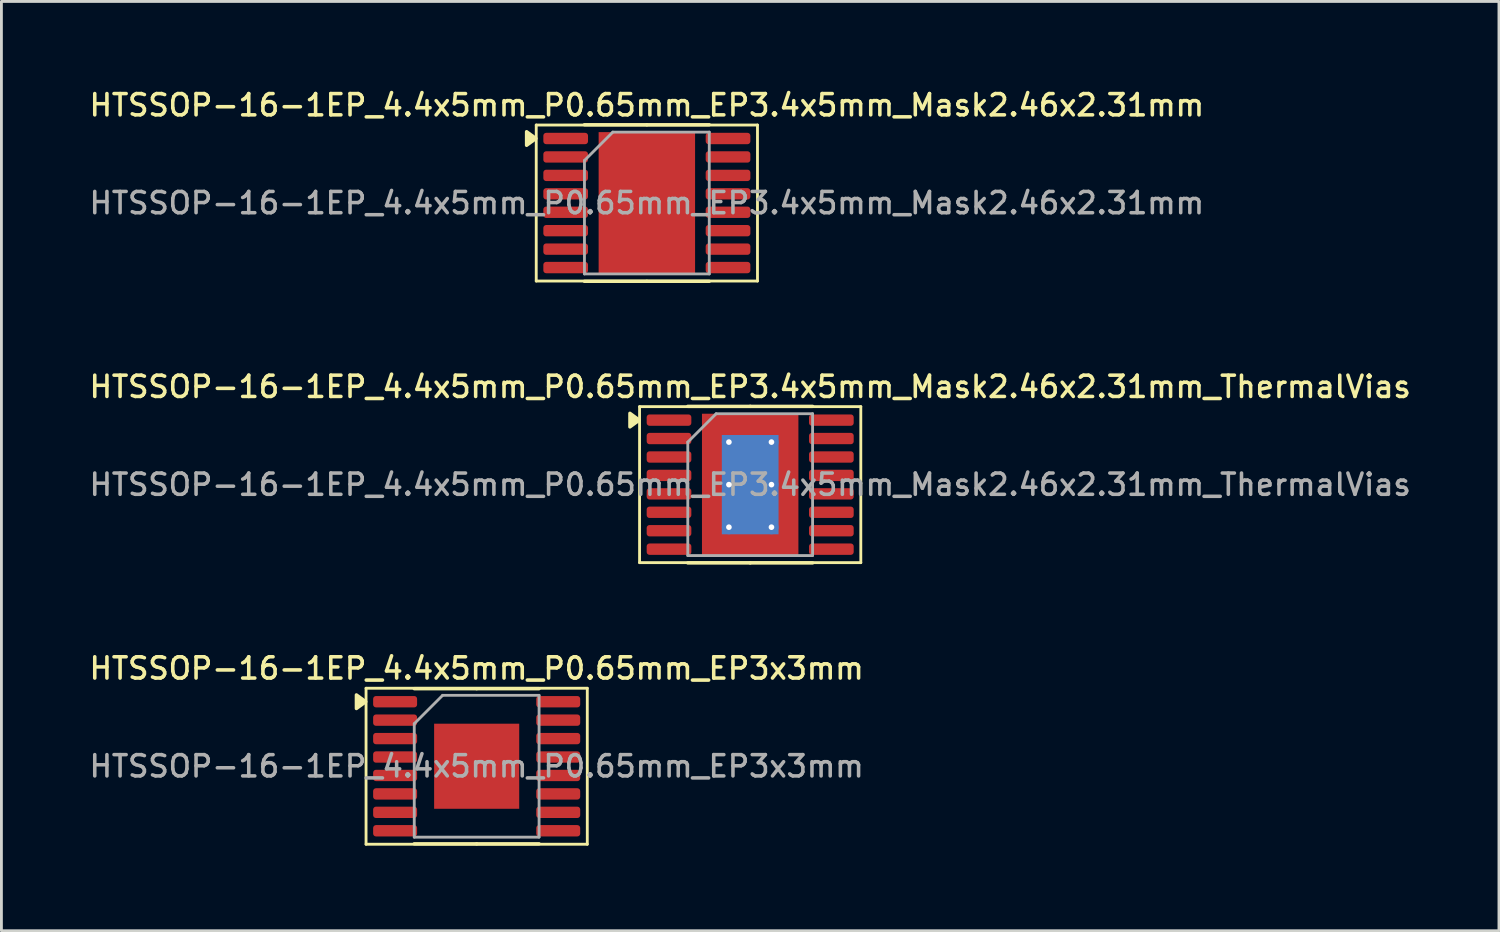
<source format=kicad_pcb>
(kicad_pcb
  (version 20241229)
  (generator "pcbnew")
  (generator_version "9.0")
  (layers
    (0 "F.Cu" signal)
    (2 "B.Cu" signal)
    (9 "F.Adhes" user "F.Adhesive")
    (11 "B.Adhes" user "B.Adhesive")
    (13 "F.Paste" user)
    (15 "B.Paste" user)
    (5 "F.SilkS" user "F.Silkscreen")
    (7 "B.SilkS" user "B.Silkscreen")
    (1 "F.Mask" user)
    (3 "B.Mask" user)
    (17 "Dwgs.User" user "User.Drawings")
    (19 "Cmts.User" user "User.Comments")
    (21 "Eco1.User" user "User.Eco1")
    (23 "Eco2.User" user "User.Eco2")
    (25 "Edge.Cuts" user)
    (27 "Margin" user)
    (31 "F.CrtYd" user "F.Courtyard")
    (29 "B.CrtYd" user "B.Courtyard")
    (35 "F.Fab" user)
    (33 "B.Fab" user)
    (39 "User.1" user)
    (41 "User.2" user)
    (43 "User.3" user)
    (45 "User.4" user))
  (footprint "HTSSOP-16-1EP_4.4x5mm_P0.65mm_EP3.4x5mm_Mask2.46x2.31mm_ThermalVias"
    (layer "F.Cu")
    (at 23.398 14.036)
    (property "Reference" "HTSSOP-16-1EP_4.4x5mm_P0.65mm_EP3.4x5mm_Mask2.46x2.31mm_ThermalVias" (at 0 -3.45 0) (layer "F.SilkS") (effects (font (size 0.75 0.75) (thickness 0.125))))
    (attr smd)
    (fp_line (start -3.9 -2.75) (end -3.9 2.75) (stroke (width 0.1) (type solid)) (layer "F.SilkS"))
    (fp_line (start -3.9 2.75) (end 3.9 2.75) (stroke (width 0.1) (type solid)) (layer "F.SilkS"))
    (fp_line (start 0 -2.76) (end -2.2 -2.76) (stroke (width 0.12) (type solid)) (layer "F.SilkS"))
    (fp_line (start 0 -2.76) (end 2.2 -2.76) (stroke (width 0.12) (type solid)) (layer "F.SilkS"))
    (fp_line (start 0 2.76) (end -2.2 2.76) (stroke (width 0.12) (type solid)) (layer "F.SilkS"))
    (fp_line (start 0 2.76) (end 2.2 2.76) (stroke (width 0.12) (type solid)) (layer "F.SilkS"))
    (fp_line (start 3.9 -2.75) (end -3.9 -2.75) (stroke (width 0.1) (type solid)) (layer "F.SilkS"))
    (fp_line (start 3.9 2.75) (end 3.9 -2.75) (stroke (width 0.1) (type solid)) (layer "F.SilkS"))
    (fp_poly (pts (xy -3.91 -2.275) (xy -4.24 -2.515) (xy -4.24 -2.035) (xy -3.91 -2.275)) (stroke (width 0.12) (type solid)) (fill yes) (layer "F.SilkS"))
    (fp_line (start -2.2 -1.5) (end -1.2 -2.5) (stroke (width 0.1) (type solid)) (layer "F.Fab"))
    (fp_line (start -2.2 2.5) (end -2.2 -1.5) (stroke (width 0.1) (type solid)) (layer "F.Fab"))
    (fp_line (start -1.2 -2.5) (end 2.2 -2.5) (stroke (width 0.1) (type solid)) (layer "F.Fab"))
    (fp_line (start 2.2 -2.5) (end 2.2 2.5) (stroke (width 0.1) (type solid)) (layer "F.Fab"))
    (fp_line (start 2.2 2.5) (end -2.2 2.5) (stroke (width 0.1) (type solid)) (layer "F.Fab"))
    (fp_text user "${REFERENCE}" (at 0 0 0) (layer "F.Fab") (effects (font (size 0.75 0.75) (thickness 0.125))))
    (pad "" smd roundrect (at 0 -0.58) (size 1.98 0.93) (layers "F.Paste") (roundrect_rratio 0.25))
    (pad "" smd rect (at 0 0) (size 2.46 2.31) (layers "F.Mask"))
    (pad "" smd roundrect (at 0 0.58) (size 1.98 0.93) (layers "F.Paste") (roundrect_rratio 0.25))
    (pad "1" smd roundrect (at -2.862 -2.275) (size 1.575 0.4) (layers "F.Cu" "F.Mask" "F.Paste") (roundrect_rratio 0.25))
    (pad "2" smd roundrect (at -2.862 -1.625) (size 1.575 0.4) (layers "F.Cu" "F.Mask" "F.Paste") (roundrect_rratio 0.25))
    (pad "3" smd roundrect (at -2.862 -0.975) (size 1.575 0.4) (layers "F.Cu" "F.Mask" "F.Paste") (roundrect_rratio 0.25))
    (pad "4" smd roundrect (at -2.862 -0.325) (size 1.575 0.4) (layers "F.Cu" "F.Mask" "F.Paste") (roundrect_rratio 0.25))
    (pad "5" smd roundrect (at -2.862 0.325) (size 1.575 0.4) (layers "F.Cu" "F.Mask" "F.Paste") (roundrect_rratio 0.25))
    (pad "6" smd roundrect (at -2.862 0.975) (size 1.575 0.4) (layers "F.Cu" "F.Mask" "F.Paste") (roundrect_rratio 0.25))
    (pad "7" smd roundrect (at -2.862 1.625) (size 1.575 0.4) (layers "F.Cu" "F.Mask" "F.Paste") (roundrect_rratio 0.25))
    (pad "8" smd roundrect (at -2.862 2.275) (size 1.575 0.4) (layers "F.Cu" "F.Mask" "F.Paste") (roundrect_rratio 0.25))
    (pad "9" smd roundrect (at 2.862 2.275) (size 1.575 0.4) (layers "F.Cu" "F.Mask" "F.Paste") (roundrect_rratio 0.25))
    (pad "10" smd roundrect (at 2.862 1.625) (size 1.575 0.4) (layers "F.Cu" "F.Mask" "F.Paste") (roundrect_rratio 0.25))
    (pad "11" smd roundrect (at 2.862 0.975) (size 1.575 0.4) (layers "F.Cu" "F.Mask" "F.Paste") (roundrect_rratio 0.25))
    (pad "12" smd roundrect (at 2.862 0.325) (size 1.575 0.4) (layers "F.Cu" "F.Mask" "F.Paste") (roundrect_rratio 0.25))
    (pad "13" smd roundrect (at 2.862 -0.325) (size 1.575 0.4) (layers "F.Cu" "F.Mask" "F.Paste") (roundrect_rratio 0.25))
    (pad "14" smd roundrect (at 2.862 -0.975) (size 1.575 0.4) (layers "F.Cu" "F.Mask" "F.Paste") (roundrect_rratio 0.25))
    (pad "15" smd roundrect (at 2.862 -1.625) (size 1.575 0.4) (layers "F.Cu" "F.Mask" "F.Paste") (roundrect_rratio 0.25))
    (pad "16" smd roundrect (at 2.862 -2.275) (size 1.575 0.4) (layers "F.Cu" "F.Mask" "F.Paste") (roundrect_rratio 0.25))
    (pad "17" thru_hole circle (at -0.75 -1.5) (size 0.5 0.5) (drill 0.2) (property pad_prop_heatsink) (layers "*.Cu"))
    (pad "17" thru_hole circle (at -0.75 0) (size 0.5 0.5) (drill 0.2) (property pad_prop_heatsink) (layers "*.Cu"))
    (pad "17" thru_hole circle (at -0.75 1.5) (size 0.5 0.5) (drill 0.2) (property pad_prop_heatsink) (layers "*.Cu"))
    (pad "17" smd rect (at 0 0) (size 2 3.5) (property pad_prop_heatsink) (layers "B.Cu"))
    (pad "17" smd rect (at 0 0) (size 3.4 5) (property pad_prop_heatsink) (layers "F.Cu"))
    (pad "17" thru_hole circle (at 0.75 -1.5) (size 0.5 0.5) (drill 0.2) (property pad_prop_heatsink) (layers "*.Cu"))
    (pad "17" thru_hole circle (at 0.75 0) (size 0.5 0.5) (drill 0.2) (property pad_prop_heatsink) (layers "*.Cu"))
    (pad "17" thru_hole circle (at 0.75 1.5) (size 0.5 0.5) (drill 0.2) (property pad_prop_heatsink) (layers "*.Cu")))
  (footprint "HTSSOP-16-1EP_4.4x5mm_P0.65mm_EP3.4x5mm_Mask2.46x2.31mm"
    (layer "F.Cu")
    (at 19.755 4.108)
    (property "Reference" "HTSSOP-16-1EP_4.4x5mm_P0.65mm_EP3.4x5mm_Mask2.46x2.31mm" (at 0 -3.45 0) (layer "F.SilkS") (effects (font (size 0.75 0.75) (thickness 0.125))))
    (attr smd)
    (fp_line (start -3.9 -2.75) (end -3.9 2.75) (stroke (width 0.1) (type solid)) (layer "F.SilkS"))
    (fp_line (start -3.9 2.75) (end 3.9 2.75) (stroke (width 0.1) (type solid)) (layer "F.SilkS"))
    (fp_line (start 0 -2.76) (end -2.2 -2.76) (stroke (width 0.12) (type solid)) (layer "F.SilkS"))
    (fp_line (start 0 -2.76) (end 2.2 -2.76) (stroke (width 0.12) (type solid)) (layer "F.SilkS"))
    (fp_line (start 0 2.76) (end -2.2 2.76) (stroke (width 0.12) (type solid)) (layer "F.SilkS"))
    (fp_line (start 0 2.76) (end 2.2 2.76) (stroke (width 0.12) (type solid)) (layer "F.SilkS"))
    (fp_line (start 3.9 -2.75) (end -3.9 -2.75) (stroke (width 0.1) (type solid)) (layer "F.SilkS"))
    (fp_line (start 3.9 2.75) (end 3.9 -2.75) (stroke (width 0.1) (type solid)) (layer "F.SilkS"))
    (fp_poly (pts (xy -3.91 -2.275) (xy -4.24 -2.515) (xy -4.24 -2.035) (xy -3.91 -2.275)) (stroke (width 0.12) (type solid)) (fill yes) (layer "F.SilkS"))
    (fp_line (start -2.2 -1.5) (end -1.2 -2.5) (stroke (width 0.1) (type solid)) (layer "F.Fab"))
    (fp_line (start -2.2 2.5) (end -2.2 -1.5) (stroke (width 0.1) (type solid)) (layer "F.Fab"))
    (fp_line (start -1.2 -2.5) (end 2.2 -2.5) (stroke (width 0.1) (type solid)) (layer "F.Fab"))
    (fp_line (start 2.2 -2.5) (end 2.2 2.5) (stroke (width 0.1) (type solid)) (layer "F.Fab"))
    (fp_line (start 2.2 2.5) (end -2.2 2.5) (stroke (width 0.1) (type solid)) (layer "F.Fab"))
    (fp_text user "${REFERENCE}" (at 0 0 0) (layer "F.Fab") (effects (font (size 0.75 0.75) (thickness 0.125))))
    (pad "" smd roundrect (at 0 -0.58) (size 1.98 0.93) (layers "F.Paste") (roundrect_rratio 0.25))
    (pad "" smd rect (at 0 0) (size 2.46 2.31) (layers "F.Mask"))
    (pad "" smd roundrect (at 0 0.58) (size 1.98 0.93) (layers "F.Paste") (roundrect_rratio 0.25))
    (pad "1" smd roundrect (at -2.862 -2.275) (size 1.575 0.4) (layers "F.Cu" "F.Mask" "F.Paste") (roundrect_rratio 0.25))
    (pad "2" smd roundrect (at -2.862 -1.625) (size 1.575 0.4) (layers "F.Cu" "F.Mask" "F.Paste") (roundrect_rratio 0.25))
    (pad "3" smd roundrect (at -2.862 -0.975) (size 1.575 0.4) (layers "F.Cu" "F.Mask" "F.Paste") (roundrect_rratio 0.25))
    (pad "4" smd roundrect (at -2.862 -0.325) (size 1.575 0.4) (layers "F.Cu" "F.Mask" "F.Paste") (roundrect_rratio 0.25))
    (pad "5" smd roundrect (at -2.862 0.325) (size 1.575 0.4) (layers "F.Cu" "F.Mask" "F.Paste") (roundrect_rratio 0.25))
    (pad "6" smd roundrect (at -2.862 0.975) (size 1.575 0.4) (layers "F.Cu" "F.Mask" "F.Paste") (roundrect_rratio 0.25))
    (pad "7" smd roundrect (at -2.862 1.625) (size 1.575 0.4) (layers "F.Cu" "F.Mask" "F.Paste") (roundrect_rratio 0.25))
    (pad "8" smd roundrect (at -2.862 2.275) (size 1.575 0.4) (layers "F.Cu" "F.Mask" "F.Paste") (roundrect_rratio 0.25))
    (pad "9" smd roundrect (at 2.862 2.275) (size 1.575 0.4) (layers "F.Cu" "F.Mask" "F.Paste") (roundrect_rratio 0.25))
    (pad "10" smd roundrect (at 2.862 1.625) (size 1.575 0.4) (layers "F.Cu" "F.Mask" "F.Paste") (roundrect_rratio 0.25))
    (pad "11" smd roundrect (at 2.862 0.975) (size 1.575 0.4) (layers "F.Cu" "F.Mask" "F.Paste") (roundrect_rratio 0.25))
    (pad "12" smd roundrect (at 2.862 0.325) (size 1.575 0.4) (layers "F.Cu" "F.Mask" "F.Paste") (roundrect_rratio 0.25))
    (pad "13" smd roundrect (at 2.862 -0.325) (size 1.575 0.4) (layers "F.Cu" "F.Mask" "F.Paste") (roundrect_rratio 0.25))
    (pad "14" smd roundrect (at 2.862 -0.975) (size 1.575 0.4) (layers "F.Cu" "F.Mask" "F.Paste") (roundrect_rratio 0.25))
    (pad "15" smd roundrect (at 2.862 -1.625) (size 1.575 0.4) (layers "F.Cu" "F.Mask" "F.Paste") (roundrect_rratio 0.25))
    (pad "16" smd roundrect (at 2.862 -2.275) (size 1.575 0.4) (layers "F.Cu" "F.Mask" "F.Paste") (roundrect_rratio 0.25))
    (pad "17" smd rect (at 0 0) (size 3.4 5) (property pad_prop_heatsink) (layers "F.Cu")))
  (footprint "HTSSOP-16-1EP_4.4x5mm_P0.65mm_EP3x3mm"
    (layer "F.Cu")
    (at 13.755 23.964)
    (property "Reference" "HTSSOP-16-1EP_4.4x5mm_P0.65mm_EP3x3mm" (at 0 -3.45 0) (layer "F.SilkS") (effects (font (size 0.75 0.75) (thickness 0.125))))
    (attr smd)
    (fp_line (start -3.9 -2.75) (end -3.9 2.75) (stroke (width 0.1) (type solid)) (layer "F.SilkS"))
    (fp_line (start -3.9 2.75) (end 3.9 2.75) (stroke (width 0.1) (type solid)) (layer "F.SilkS"))
    (fp_line (start 0 -2.735) (end -2.2 -2.735) (stroke (width 0.12) (type solid)) (layer "F.SilkS"))
    (fp_line (start 0 -2.735) (end 2.2 -2.735) (stroke (width 0.12) (type solid)) (layer "F.SilkS"))
    (fp_line (start 0 2.735) (end -2.2 2.735) (stroke (width 0.12) (type solid)) (layer "F.SilkS"))
    (fp_line (start 0 2.735) (end 2.2 2.735) (stroke (width 0.12) (type solid)) (layer "F.SilkS"))
    (fp_line (start 3.9 -2.75) (end -3.9 -2.75) (stroke (width 0.1) (type solid)) (layer "F.SilkS"))
    (fp_line (start 3.9 2.75) (end 3.9 -2.75) (stroke (width 0.1) (type solid)) (layer "F.SilkS"))
    (fp_poly (pts (xy -3.91 -2.275) (xy -4.24 -2.515) (xy -4.24 -2.035) (xy -3.91 -2.275)) (stroke (width 0.12) (type solid)) (fill yes) (layer "F.SilkS"))
    (fp_line (start -2.2 -1.5) (end -1.2 -2.5) (stroke (width 0.1) (type solid)) (layer "F.Fab"))
    (fp_line (start -2.2 2.5) (end -2.2 -1.5) (stroke (width 0.1) (type solid)) (layer "F.Fab"))
    (fp_line (start -1.2 -2.5) (end 2.2 -2.5) (stroke (width 0.1) (type solid)) (layer "F.Fab"))
    (fp_line (start 2.2 -2.5) (end 2.2 2.5) (stroke (width 0.1) (type solid)) (layer "F.Fab"))
    (fp_line (start 2.2 2.5) (end -2.2 2.5) (stroke (width 0.1) (type solid)) (layer "F.Fab"))
    (fp_text user "${REFERENCE}" (at 0 0 0) (layer "F.Fab") (effects (font (size 0.75 0.75) (thickness 0.125))))
    (pad "" smd roundrect (at -0.75 -0.75) (size 1.21 1.21) (layers "F.Paste") (roundrect_rratio 0.207))
    (pad "" smd roundrect (at -0.75 0.75) (size 1.21 1.21) (layers "F.Paste") (roundrect_rratio 0.207))
    (pad "" smd roundrect (at 0.75 -0.75) (size 1.21 1.21) (layers "F.Paste") (roundrect_rratio 0.207))
    (pad "" smd roundrect (at 0.75 0.75) (size 1.21 1.21) (layers "F.Paste") (roundrect_rratio 0.207))
    (pad "1" smd roundrect (at -2.875 -2.275) (size 1.55 0.4) (layers "F.Cu" "F.Mask" "F.Paste") (roundrect_rratio 0.25))
    (pad "2" smd roundrect (at -2.875 -1.625) (size 1.55 0.4) (layers "F.Cu" "F.Mask" "F.Paste") (roundrect_rratio 0.25))
    (pad "3" smd roundrect (at -2.875 -0.975) (size 1.55 0.4) (layers "F.Cu" "F.Mask" "F.Paste") (roundrect_rratio 0.25))
    (pad "4" smd roundrect (at -2.875 -0.325) (size 1.55 0.4) (layers "F.Cu" "F.Mask" "F.Paste") (roundrect_rratio 0.25))
    (pad "5" smd roundrect (at -2.875 0.325) (size 1.55 0.4) (layers "F.Cu" "F.Mask" "F.Paste") (roundrect_rratio 0.25))
    (pad "6" smd roundrect (at -2.875 0.975) (size 1.55 0.4) (layers "F.Cu" "F.Mask" "F.Paste") (roundrect_rratio 0.25))
    (pad "7" smd roundrect (at -2.875 1.625) (size 1.55 0.4) (layers "F.Cu" "F.Mask" "F.Paste") (roundrect_rratio 0.25))
    (pad "8" smd roundrect (at -2.875 2.275) (size 1.55 0.4) (layers "F.Cu" "F.Mask" "F.Paste") (roundrect_rratio 0.25))
    (pad "9" smd roundrect (at 2.875 2.275) (size 1.55 0.4) (layers "F.Cu" "F.Mask" "F.Paste") (roundrect_rratio 0.25))
    (pad "10" smd roundrect (at 2.875 1.625) (size 1.55 0.4) (layers "F.Cu" "F.Mask" "F.Paste") (roundrect_rratio 0.25))
    (pad "11" smd roundrect (at 2.875 0.975) (size 1.55 0.4) (layers "F.Cu" "F.Mask" "F.Paste") (roundrect_rratio 0.25))
    (pad "12" smd roundrect (at 2.875 0.325) (size 1.55 0.4) (layers "F.Cu" "F.Mask" "F.Paste") (roundrect_rratio 0.25))
    (pad "13" smd roundrect (at 2.875 -0.325) (size 1.55 0.4) (layers "F.Cu" "F.Mask" "F.Paste") (roundrect_rratio 0.25))
    (pad "14" smd roundrect (at 2.875 -0.975) (size 1.55 0.4) (layers "F.Cu" "F.Mask" "F.Paste") (roundrect_rratio 0.25))
    (pad "15" smd roundrect (at 2.875 -1.625) (size 1.55 0.4) (layers "F.Cu" "F.Mask" "F.Paste") (roundrect_rratio 0.25))
    (pad "16" smd roundrect (at 2.875 -2.275) (size 1.55 0.4) (layers "F.Cu" "F.Mask" "F.Paste") (roundrect_rratio 0.25))
    (pad "17" smd rect (at 0 0) (size 3 3) (property pad_prop_heatsink) (layers "F.Cu" "F.Mask")))
  (gr_rect
    (start -3 -3)
    (end 49.796 29.764)
    (stroke (width 0.1) (type default))
    (fill no)
    (layer "Edge.Cuts")))
</source>
